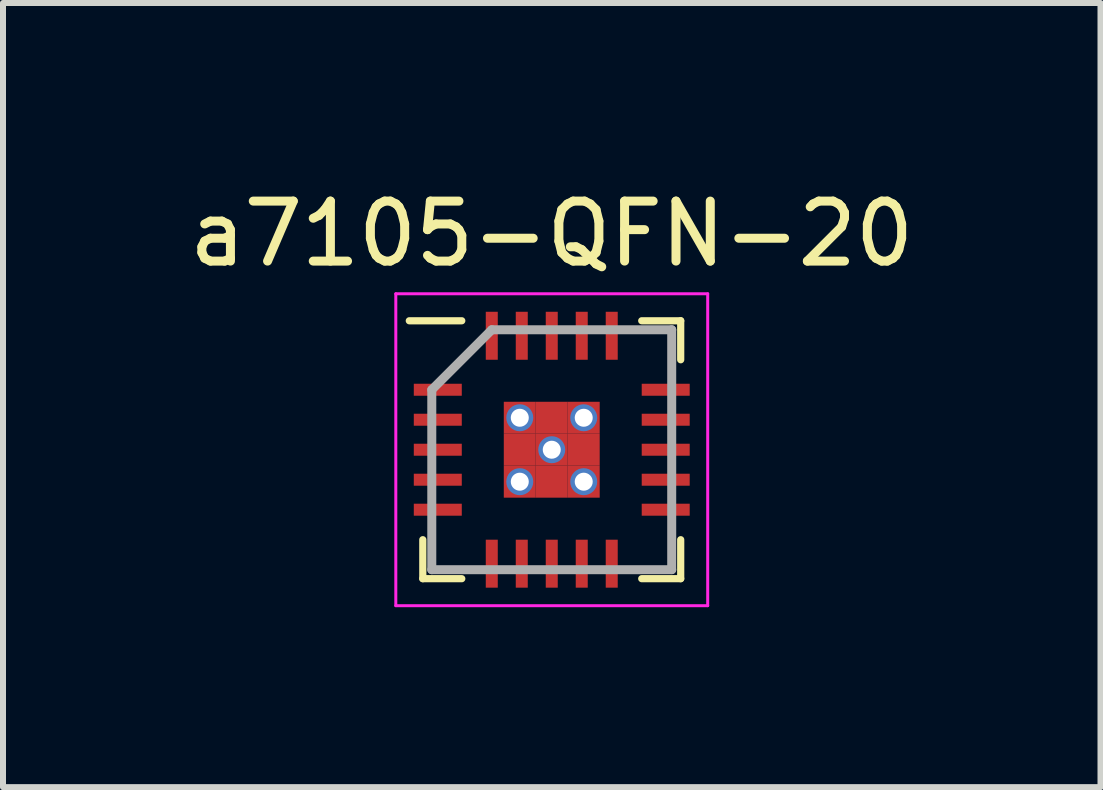
<source format=kicad_pcb>
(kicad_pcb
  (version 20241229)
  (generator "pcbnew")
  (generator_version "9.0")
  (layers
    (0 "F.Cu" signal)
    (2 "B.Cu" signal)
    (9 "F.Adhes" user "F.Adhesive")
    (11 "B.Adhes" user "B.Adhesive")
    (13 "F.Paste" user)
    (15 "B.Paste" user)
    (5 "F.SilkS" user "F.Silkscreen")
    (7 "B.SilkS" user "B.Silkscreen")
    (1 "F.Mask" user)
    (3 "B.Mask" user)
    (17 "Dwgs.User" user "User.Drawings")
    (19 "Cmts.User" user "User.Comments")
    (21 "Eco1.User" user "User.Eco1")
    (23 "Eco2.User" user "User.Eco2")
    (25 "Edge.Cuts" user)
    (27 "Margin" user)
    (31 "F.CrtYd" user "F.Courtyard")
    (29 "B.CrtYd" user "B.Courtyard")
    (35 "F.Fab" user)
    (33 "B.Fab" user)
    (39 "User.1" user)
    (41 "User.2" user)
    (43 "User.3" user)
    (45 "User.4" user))
  (footprint "a7105-QFN-20"
    (layer "F.Cu")
    (at 6.149 4.448)
    (property "Reference" "a7105-QFN-20" (at 0 -3.6 0) (layer "F.SilkS") (effects (font (size 1 1) (thickness 0.15))))
    (attr smd)
    (fp_line (start -2.15 2.15) (end -2.15 1.5) (stroke (width 0.12) (type solid)) (layer "F.SilkS"))
    (fp_line (start -1.5 -2.15) (end -2.375 -2.15) (stroke (width 0.12) (type solid)) (layer "F.SilkS"))
    (fp_line (start -1.5 2.15) (end -2.15 2.15) (stroke (width 0.12) (type solid)) (layer "F.SilkS"))
    (fp_line (start 1.5 -2.15) (end 2.15 -2.15) (stroke (width 0.12) (type solid)) (layer "F.SilkS"))
    (fp_line (start 1.5 2.15) (end 2.15 2.15) (stroke (width 0.12) (type solid)) (layer "F.SilkS"))
    (fp_line (start 2.15 -2.15) (end 2.15 -1.5) (stroke (width 0.12) (type solid)) (layer "F.SilkS"))
    (fp_line (start 2.15 2.15) (end 2.15 1.5) (stroke (width 0.12) (type solid)) (layer "F.SilkS"))
    (fp_line (start -2.6 -2.6) (end 2.6 -2.6) (stroke (width 0.05) (type solid)) (layer "F.CrtYd"))
    (fp_line (start -2.6 2.6) (end -2.6 -2.6) (stroke (width 0.05) (type solid)) (layer "F.CrtYd"))
    (fp_line (start 2.6 -2.6) (end 2.6 2.6) (stroke (width 0.05) (type solid)) (layer "F.CrtYd"))
    (fp_line (start 2.6 2.6) (end -2.6 2.6) (stroke (width 0.05) (type solid)) (layer "F.CrtYd"))
    (fp_line (start -2 -1) (end -2 2) (stroke (width 0.15) (type solid)) (layer "F.Fab"))
    (fp_line (start -2 2) (end 2 2) (stroke (width 0.15) (type solid)) (layer "F.Fab"))
    (fp_line (start -1 -2) (end -2 -1) (stroke (width 0.15) (type solid)) (layer "F.Fab"))
    (fp_line (start 2 -2) (end -1 -2) (stroke (width 0.15) (type solid)) (layer "F.Fab"))
    (fp_line (start 2 2) (end 2 -2) (stroke (width 0.15) (type solid)) (layer "F.Fab"))
    (pad "1" smd rect (at -1.9 -1 90) (size 0.2 0.8) (layers "F.Cu" "F.Mask" "F.Paste"))
    (pad "2" smd rect (at -1.9 -0.5 90) (size 0.2 0.8) (layers "F.Cu" "F.Mask" "F.Paste"))
    (pad "3" smd rect (at -1.9 0 90) (size 0.2 0.8) (layers "F.Cu" "F.Mask" "F.Paste"))
    (pad "4" smd rect (at -1.9 0.5 90) (size 0.2 0.8) (layers "F.Cu" "F.Mask" "F.Paste"))
    (pad "5" smd rect (at -1.9 1 90) (size 0.2 0.8) (layers "F.Cu" "F.Mask" "F.Paste"))
    (pad "6" smd rect (at -1 1.9) (size 0.2 0.8) (layers "F.Cu" "F.Mask" "F.Paste"))
    (pad "7" smd rect (at -0.5 1.9) (size 0.2 0.8) (layers "F.Cu" "F.Mask" "F.Paste"))
    (pad "8" smd rect (at 0 1.9) (size 0.2 0.8) (layers "F.Cu" "F.Mask" "F.Paste"))
    (pad "9" smd rect (at 0.5 1.9) (size 0.2 0.8) (layers "F.Cu" "F.Mask" "F.Paste"))
    (pad "10" smd rect (at 1 1.9) (size 0.2 0.8) (layers "F.Cu" "F.Mask" "F.Paste"))
    (pad "11" smd rect (at 1.9 1 90) (size 0.2 0.8) (layers "F.Cu" "F.Mask" "F.Paste"))
    (pad "12" smd rect (at 1.9 0.5 90) (size 0.2 0.8) (layers "F.Cu" "F.Mask" "F.Paste"))
    (pad "13" smd rect (at 1.9 0 90) (size 0.2 0.8) (layers "F.Cu" "F.Mask" "F.Paste"))
    (pad "14" smd rect (at 1.9 -0.5 90) (size 0.2 0.8) (layers "F.Cu" "F.Mask" "F.Paste"))
    (pad "15" smd rect (at 1.9 -1 90) (size 0.2 0.8) (layers "F.Cu" "F.Mask" "F.Paste"))
    (pad "16" smd rect (at 1 -1.9) (size 0.2 0.8) (layers "F.Cu" "F.Mask" "F.Paste"))
    (pad "17" smd rect (at 0.5 -1.9) (size 0.2 0.8) (layers "F.Cu" "F.Mask" "F.Paste"))
    (pad "18" smd rect (at 0 -1.9) (size 0.2 0.8) (layers "F.Cu" "F.Mask" "F.Paste"))
    (pad "19" smd rect (at -0.5 -1.9) (size 0.2 0.8) (layers "F.Cu" "F.Mask" "F.Paste"))
    (pad "20" smd rect (at -1 -1.9) (size 0.2 0.8) (layers "F.Cu" "F.Mask" "F.Paste"))
    (pad "21" thru_hole circle (at -0.533 -0.533) (size 0.45 0.45) (drill 0.3) (layers "*.Cu" "*.Mask"))
    (pad "21" smd rect (at -0.533 -0.533) (size 0.533 0.533) (layers "F.Cu" "F.Mask" "F.Paste"))
    (pad "21" smd rect (at -0.533 0) (size 0.533 0.533) (layers "F.Cu" "F.Mask" "F.Paste"))
    (pad "21" thru_hole circle (at -0.533 0.533) (size 0.45 0.45) (drill 0.3) (layers "*.Cu" "*.Mask"))
    (pad "21" smd rect (at -0.533 0.533) (size 0.533 0.533) (layers "F.Cu" "F.Mask" "F.Paste"))
    (pad "21" smd rect (at 0 -0.533) (size 0.533 0.533) (layers "F.Cu" "F.Mask" "F.Paste"))
    (pad "21" thru_hole circle (at 0 0) (size 0.45 0.45) (drill 0.3) (layers "*.Cu" "*.Mask"))
    (pad "21" smd rect (at 0 0) (size 0.533 0.533) (layers "F.Cu" "F.Mask" "F.Paste"))
    (pad "21" smd rect (at 0 0.533) (size 0.533 0.533) (layers "F.Cu" "F.Mask" "F.Paste"))
    (pad "21" thru_hole circle (at 0.533 -0.533) (size 0.45 0.45) (drill 0.3) (layers "*.Cu" "*.Mask"))
    (pad "21" smd rect (at 0.533 -0.533) (size 0.533 0.533) (layers "F.Cu" "F.Mask" "F.Paste"))
    (pad "21" smd rect (at 0.533 0) (size 0.533 0.533) (layers "F.Cu" "F.Mask" "F.Paste"))
    (pad "21" thru_hole circle (at 0.533 0.533) (size 0.45 0.45) (drill 0.3) (layers "*.Cu" "*.Mask"))
    (pad "21" smd rect (at 0.533 0.533) (size 0.533 0.533) (layers "F.Cu" "F.Mask" "F.Paste")))
  (gr_rect
    (start -3 -3)
    (end 15.298 10.073)
    (stroke (width 0.1) (type default))
    (fill no)
    (layer "Edge.Cuts")))
</source>
